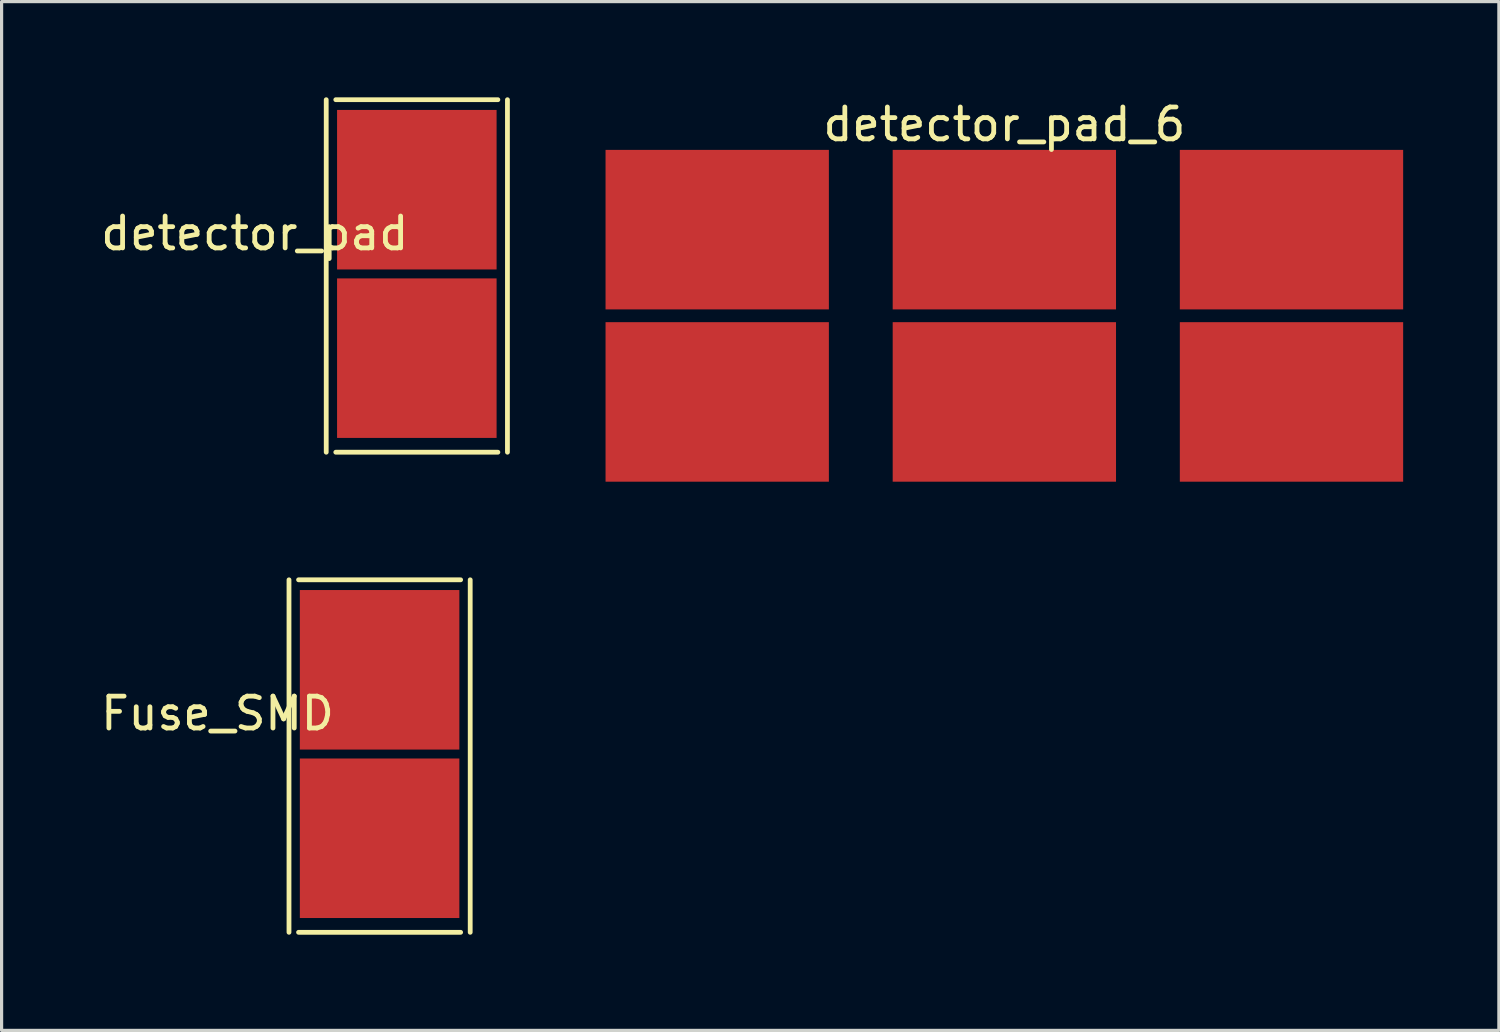
<source format=kicad_pcb>
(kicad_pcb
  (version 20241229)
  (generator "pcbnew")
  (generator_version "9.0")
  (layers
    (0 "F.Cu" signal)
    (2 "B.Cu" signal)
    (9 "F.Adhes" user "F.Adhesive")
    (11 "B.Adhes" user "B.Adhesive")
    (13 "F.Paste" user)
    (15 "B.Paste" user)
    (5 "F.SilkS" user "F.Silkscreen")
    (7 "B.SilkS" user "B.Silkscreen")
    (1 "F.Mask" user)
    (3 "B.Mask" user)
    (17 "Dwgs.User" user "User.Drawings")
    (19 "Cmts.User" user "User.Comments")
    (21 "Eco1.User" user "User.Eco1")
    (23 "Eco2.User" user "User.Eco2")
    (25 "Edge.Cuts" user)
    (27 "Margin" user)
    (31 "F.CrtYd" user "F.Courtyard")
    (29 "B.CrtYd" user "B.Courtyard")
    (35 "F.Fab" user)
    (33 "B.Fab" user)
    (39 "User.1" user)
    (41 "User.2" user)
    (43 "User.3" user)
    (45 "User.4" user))
  (footprint "detector_pad_6"
    (layer "F.Cu")
    (at 28.43 6.848)
    (property "Reference" "detector_pad_6" (at 0 -6 0) (layer "F.SilkS") (effects (font (size 1 1) (thickness 0.15))))
    (attr smd)
    (pad "1" smd rect (at -9 -2.7) (size 7 5) (layers "F.Cu" "F.Mask" "F.Paste"))
    (pad "2" smd rect (at -9 2.7) (size 7 5) (layers "F.Cu" "F.Mask" "F.Paste"))
    (pad "3" smd rect (at 0 -2.7) (size 7 5) (layers "F.Cu" "F.Mask" "F.Paste"))
    (pad "4" smd rect (at 0 2.7) (size 7 5) (layers "F.Cu" "F.Mask" "F.Paste"))
    (pad "5" smd rect (at 9 -2.7) (size 7 5) (layers "F.Cu" "F.Mask" "F.Paste"))
    (pad "6" smd rect (at 9 2.7) (size 7 5) (layers "F.Cu" "F.Mask" "F.Paste")))
  (footprint "Fuse_SMD"
    (layer "F.Cu")
    (at 8.848 20.584)
    (property "Reference" "Fuse_SMD" (at -5.08 -1.27 0) (layer "F.SilkS") (effects (font (size 1 1) (thickness 0.15))))
    (attr smd)
    (fp_line (start -2.84 -5.461) (end -2.84 5.588) (stroke (width 0.15) (type solid)) (layer "F.SilkS"))
    (fp_line (start -2.54 -5.461) (end 2.54 -5.461) (stroke (width 0.15) (type solid)) (layer "F.SilkS"))
    (fp_line (start 2.54 5.588) (end -2.54 5.588) (stroke (width 0.15) (type solid)) (layer "F.SilkS"))
    (fp_line (start 2.84 5.588) (end 2.84 -5.461) (stroke (width 0.15) (type solid)) (layer "F.SilkS"))
    (pad "1" smd rect (at 0 -2.64) (size 5 5) (layers "F.Cu" "F.Mask" "F.Paste"))
    (pad "2" smd rect (at 0 2.64) (size 5 5) (layers "F.Cu" "F.Mask" "F.Paste")))
  (footprint "detector_pad"
    (layer "F.Cu")
    (at 10.015 5.536)
    (property "Reference" "detector_pad" (at -5.08 -1.27 0) (layer "F.SilkS") (effects (font (size 1 1) (thickness 0.15))))
    (attr smd)
    (fp_line (start -2.84 -5.461) (end -2.84 5.588) (stroke (width 0.15) (type solid)) (layer "F.SilkS"))
    (fp_line (start -2.54 -5.461) (end 2.54 -5.461) (stroke (width 0.15) (type solid)) (layer "F.SilkS"))
    (fp_line (start 2.54 5.588) (end -2.54 5.588) (stroke (width 0.15) (type solid)) (layer "F.SilkS"))
    (fp_line (start 2.84 5.588) (end 2.84 -5.461) (stroke (width 0.15) (type solid)) (layer "F.SilkS"))
    (pad "1" smd rect (at 0 -2.64) (size 5 5) (layers "F.Cu" "F.Mask" "F.Paste"))
    (pad "2" smd rect (at 0 2.64) (size 5 5) (layers "F.Cu" "F.Mask" "F.Paste")))
  (gr_rect
    (start -3 -3)
    (end 43.93 29.247)
    (stroke (width 0.1) (type default))
    (fill no)
    (layer "Edge.Cuts")))
</source>
